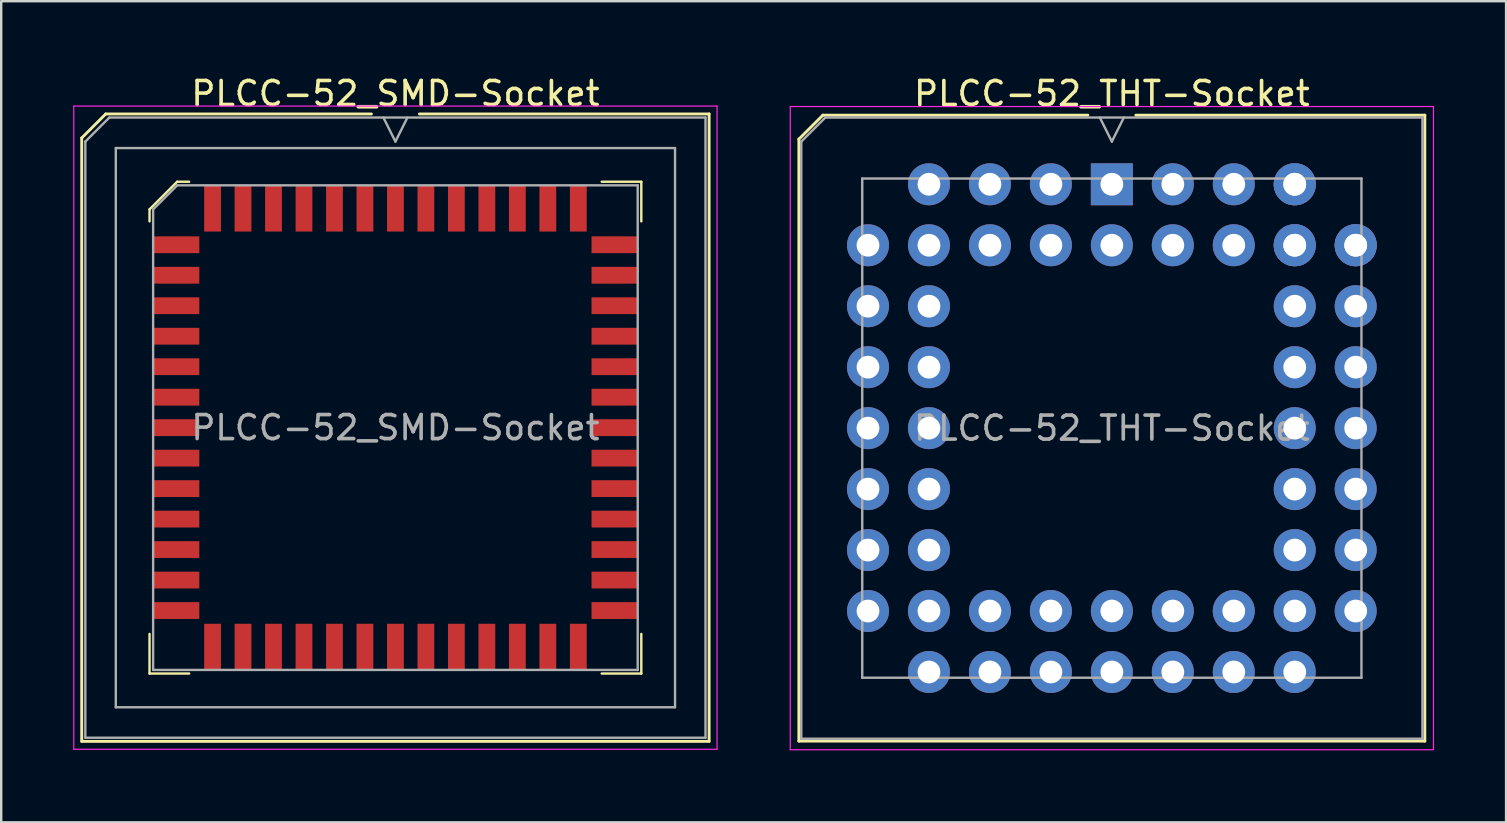
<source format=kicad_pcb>
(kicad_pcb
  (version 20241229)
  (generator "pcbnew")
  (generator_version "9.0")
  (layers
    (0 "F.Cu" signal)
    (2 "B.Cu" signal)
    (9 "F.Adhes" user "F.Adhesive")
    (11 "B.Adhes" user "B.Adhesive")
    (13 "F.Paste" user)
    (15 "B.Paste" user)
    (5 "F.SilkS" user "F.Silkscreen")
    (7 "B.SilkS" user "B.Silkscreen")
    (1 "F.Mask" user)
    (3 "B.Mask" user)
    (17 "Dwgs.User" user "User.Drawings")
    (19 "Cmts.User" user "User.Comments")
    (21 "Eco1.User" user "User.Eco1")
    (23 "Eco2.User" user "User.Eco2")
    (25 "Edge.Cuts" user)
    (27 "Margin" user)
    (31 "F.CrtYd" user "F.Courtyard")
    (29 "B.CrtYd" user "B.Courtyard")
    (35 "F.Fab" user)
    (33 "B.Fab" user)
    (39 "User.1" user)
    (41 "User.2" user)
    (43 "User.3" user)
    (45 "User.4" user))
  (footprint "PLCC-52_THT-Socket"
    (layer "F.Cu")
    (at 43.275 4.628)
    (property "Reference" "PLCC-52_THT-Socket" (at 0 -3.78 0) (layer "F.SilkS") (effects (font (size 1 1) (thickness 0.15))))
    (attr through_hole)
    (fp_line (start -13.04 -1.88) (end -13.04 23.2) (stroke (width 0.12) (type solid)) (layer "F.SilkS"))
    (fp_line (start -13.04 23.2) (end 13.04 23.2) (stroke (width 0.12) (type solid)) (layer "F.SilkS"))
    (fp_line (start -12.04 -2.88) (end -13.04 -1.88) (stroke (width 0.12) (type solid)) (layer "F.SilkS"))
    (fp_line (start -1 -2.88) (end -12.04 -2.88) (stroke (width 0.12) (type solid)) (layer "F.SilkS"))
    (fp_line (start 13.04 -2.88) (end 1 -2.88) (stroke (width 0.12) (type solid)) (layer "F.SilkS"))
    (fp_line (start 13.04 23.2) (end 13.04 -2.88) (stroke (width 0.12) (type solid)) (layer "F.SilkS"))
    (fp_line (start -13.4 -3.24) (end -13.4 23.56) (stroke (width 0.05) (type solid)) (layer "F.CrtYd"))
    (fp_line (start -13.4 23.56) (end 13.4 23.56) (stroke (width 0.05) (type solid)) (layer "F.CrtYd"))
    (fp_line (start 13.4 -3.24) (end -13.4 -3.24) (stroke (width 0.05) (type solid)) (layer "F.CrtYd"))
    (fp_line (start 13.4 23.56) (end 13.4 -3.24) (stroke (width 0.05) (type solid)) (layer "F.CrtYd"))
    (fp_line (start -12.94 -1.78) (end -12.94 23.1) (stroke (width 0.1) (type solid)) (layer "F.Fab"))
    (fp_line (start -12.94 23.1) (end 12.94 23.1) (stroke (width 0.1) (type solid)) (layer "F.Fab"))
    (fp_line (start -11.94 -2.78) (end -12.94 -1.78) (stroke (width 0.1) (type solid)) (layer "F.Fab"))
    (fp_line (start -10.4 -0.24) (end -10.4 20.56) (stroke (width 0.1) (type solid)) (layer "F.Fab"))
    (fp_line (start -10.4 20.56) (end 10.4 20.56) (stroke (width 0.1) (type solid)) (layer "F.Fab"))
    (fp_line (start -0.5 -2.78) (end 0 -1.78) (stroke (width 0.1) (type solid)) (layer "F.Fab"))
    (fp_line (start 0 -1.78) (end 0.5 -2.78) (stroke (width 0.1) (type solid)) (layer "F.Fab"))
    (fp_line (start 10.4 -0.24) (end -10.4 -0.24) (stroke (width 0.1) (type solid)) (layer "F.Fab"))
    (fp_line (start 10.4 20.56) (end 10.4 -0.24) (stroke (width 0.1) (type solid)) (layer "F.Fab"))
    (fp_line (start 12.94 -2.78) (end -11.94 -2.78) (stroke (width 0.1) (type solid)) (layer "F.Fab"))
    (fp_line (start 12.94 23.1) (end 12.94 -2.78) (stroke (width 0.1) (type solid)) (layer "F.Fab"))
    (fp_text user "${REFERENCE}" (at 0 10.16 0) (layer "F.Fab") (effects (font (size 1 1) (thickness 0.15))))
    (pad "1" thru_hole rect (at 0 0) (size 1.75 1.75) (drill 0.95) (layers "*.Cu" "*.Mask"))
    (pad "2" thru_hole circle (at 0 2.54) (size 1.75 1.75) (drill 0.95) (layers "*.Cu" "*.Mask"))
    (pad "3" thru_hole circle (at -2.54 0) (size 1.75 1.75) (drill 0.95) (layers "*.Cu" "*.Mask"))
    (pad "4" thru_hole circle (at -2.54 2.54) (size 1.75 1.75) (drill 0.95) (layers "*.Cu" "*.Mask"))
    (pad "5" thru_hole circle (at -5.08 0) (size 1.75 1.75) (drill 0.95) (layers "*.Cu" "*.Mask"))
    (pad "6" thru_hole circle (at -5.08 2.54) (size 1.75 1.75) (drill 0.95) (layers "*.Cu" "*.Mask"))
    (pad "7" thru_hole circle (at -7.62 0) (size 1.75 1.75) (drill 0.95) (layers "*.Cu" "*.Mask"))
    (pad "8" thru_hole circle (at -10.16 2.54) (size 1.75 1.75) (drill 0.95) (layers "*.Cu" "*.Mask"))
    (pad "9" thru_hole circle (at -7.62 2.54) (size 1.75 1.75) (drill 0.95) (layers "*.Cu" "*.Mask"))
    (pad "10" thru_hole circle (at -10.16 5.08) (size 1.75 1.75) (drill 0.95) (layers "*.Cu" "*.Mask"))
    (pad "11" thru_hole circle (at -7.62 5.08) (size 1.75 1.75) (drill 0.95) (layers "*.Cu" "*.Mask"))
    (pad "12" thru_hole circle (at -10.16 7.62) (size 1.75 1.75) (drill 0.95) (layers "*.Cu" "*.Mask"))
    (pad "13" thru_hole circle (at -7.62 7.62) (size 1.75 1.75) (drill 0.95) (layers "*.Cu" "*.Mask"))
    (pad "14" thru_hole circle (at -10.16 10.16) (size 1.75 1.75) (drill 0.95) (layers "*.Cu" "*.Mask"))
    (pad "15" thru_hole circle (at -7.62 10.16) (size 1.75 1.75) (drill 0.95) (layers "*.Cu" "*.Mask"))
    (pad "16" thru_hole circle (at -10.16 12.7) (size 1.75 1.75) (drill 0.95) (layers "*.Cu" "*.Mask"))
    (pad "17" thru_hole circle (at -7.62 12.7) (size 1.75 1.75) (drill 0.95) (layers "*.Cu" "*.Mask"))
    (pad "18" thru_hole circle (at -10.16 15.24) (size 1.75 1.75) (drill 0.95) (layers "*.Cu" "*.Mask"))
    (pad "19" thru_hole circle (at -7.62 15.24) (size 1.75 1.75) (drill 0.95) (layers "*.Cu" "*.Mask"))
    (pad "20" thru_hole circle (at -10.16 17.78) (size 1.75 1.75) (drill 0.95) (layers "*.Cu" "*.Mask"))
    (pad "21" thru_hole circle (at -7.62 20.32) (size 1.75 1.75) (drill 0.95) (layers "*.Cu" "*.Mask"))
    (pad "22" thru_hole circle (at -7.62 17.78) (size 1.75 1.75) (drill 0.95) (layers "*.Cu" "*.Mask"))
    (pad "23" thru_hole circle (at -5.08 20.32) (size 1.75 1.75) (drill 0.95) (layers "*.Cu" "*.Mask"))
    (pad "24" thru_hole circle (at -5.08 17.78) (size 1.75 1.75) (drill 0.95) (layers "*.Cu" "*.Mask"))
    (pad "25" thru_hole circle (at -2.54 20.32) (size 1.75 1.75) (drill 0.95) (layers "*.Cu" "*.Mask"))
    (pad "26" thru_hole circle (at -2.54 17.78) (size 1.75 1.75) (drill 0.95) (layers "*.Cu" "*.Mask"))
    (pad "27" thru_hole circle (at 0 20.32) (size 1.75 1.75) (drill 0.95) (layers "*.Cu" "*.Mask"))
    (pad "28" thru_hole circle (at 0 17.78) (size 1.75 1.75) (drill 0.95) (layers "*.Cu" "*.Mask"))
    (pad "29" thru_hole circle (at 2.54 20.32) (size 1.75 1.75) (drill 0.95) (layers "*.Cu" "*.Mask"))
    (pad "30" thru_hole circle (at 2.54 17.78) (size 1.75 1.75) (drill 0.95) (layers "*.Cu" "*.Mask"))
    (pad "31" thru_hole circle (at 5.08 20.32) (size 1.75 1.75) (drill 0.95) (layers "*.Cu" "*.Mask"))
    (pad "32" thru_hole circle (at 5.08 17.78) (size 1.75 1.75) (drill 0.95) (layers "*.Cu" "*.Mask"))
    (pad "33" thru_hole circle (at 7.62 20.32) (size 1.75 1.75) (drill 0.95) (layers "*.Cu" "*.Mask"))
    (pad "34" thru_hole circle (at 7.62 17.78) (size 1.75 1.75) (drill 0.95) (layers "*.Cu" "*.Mask"))
    (pad "34" thru_hole circle (at 10.16 17.78) (size 1.75 1.75) (drill 0.95) (layers "*.Cu" "*.Mask"))
    (pad "35" thru_hole circle (at 7.62 15.24) (size 1.75 1.75) (drill 0.95) (layers "*.Cu" "*.Mask"))
    (pad "36" thru_hole circle (at 10.16 15.24) (size 1.75 1.75) (drill 0.95) (layers "*.Cu" "*.Mask"))
    (pad "37" thru_hole circle (at 7.62 12.7) (size 1.75 1.75) (drill 0.95) (layers "*.Cu" "*.Mask"))
    (pad "38" thru_hole circle (at 10.16 12.7) (size 1.75 1.75) (drill 0.95) (layers "*.Cu" "*.Mask"))
    (pad "39" thru_hole circle (at 7.62 10.16) (size 1.75 1.75) (drill 0.95) (layers "*.Cu" "*.Mask"))
    (pad "40" thru_hole circle (at 10.16 10.16) (size 1.75 1.75) (drill 0.95) (layers "*.Cu" "*.Mask"))
    (pad "41" thru_hole circle (at 7.62 7.62) (size 1.75 1.75) (drill 0.95) (layers "*.Cu" "*.Mask"))
    (pad "42" thru_hole circle (at 10.16 7.62) (size 1.75 1.75) (drill 0.95) (layers "*.Cu" "*.Mask"))
    (pad "43" thru_hole circle (at 7.62 5.08) (size 1.75 1.75) (drill 0.95) (layers "*.Cu" "*.Mask"))
    (pad "44" thru_hole circle (at 10.16 5.08) (size 1.75 1.75) (drill 0.95) (layers "*.Cu" "*.Mask"))
    (pad "45" thru_hole circle (at 7.62 2.54) (size 1.75 1.75) (drill 0.95) (layers "*.Cu" "*.Mask"))
    (pad "46" thru_hole circle (at 10.16 2.54) (size 1.75 1.75) (drill 0.95) (layers "*.Cu" "*.Mask"))
    (pad "46" thru_hole circle (at 10.16 2.54) (size 1.75 1.75) (drill 0.95) (layers "*.Cu" "*.Mask"))
    (pad "47" thru_hole circle (at 7.62 0) (size 1.75 1.75) (drill 0.95) (layers "*.Cu" "*.Mask"))
    (pad "47" thru_hole circle (at 7.62 0) (size 1.75 1.75) (drill 0.95) (layers "*.Cu" "*.Mask"))
    (pad "48" thru_hole circle (at 7.62 2.54) (size 1.75 1.75) (drill 0.95) (layers "*.Cu" "*.Mask"))
    (pad "49" thru_hole circle (at 5.08 0) (size 1.75 1.75) (drill 0.95) (layers "*.Cu" "*.Mask"))
    (pad "50" thru_hole circle (at 5.08 2.54) (size 1.75 1.75) (drill 0.95) (layers "*.Cu" "*.Mask"))
    (pad "51" thru_hole circle (at 2.54 0) (size 1.75 1.75) (drill 0.95) (layers "*.Cu" "*.Mask"))
    (pad "52" thru_hole circle (at 2.54 2.54) (size 1.75 1.75) (drill 0.95) (layers "*.Cu" "*.Mask")))
  (footprint "PLCC-52_SMD-Socket"
    (layer "F.Cu")
    (at 13.425 14.768)
    (property "Reference" "PLCC-52_SMD-Socket" (at 0 -13.92 0) (layer "F.SilkS") (effects (font (size 1 1) (thickness 0.15))))
    (attr smd)
    (fp_line (start -13.07 -12.07) (end -13.07 13.07) (stroke (width 0.12) (type solid)) (layer "F.SilkS"))
    (fp_line (start -13.07 13.07) (end 13.07 13.07) (stroke (width 0.12) (type solid)) (layer "F.SilkS"))
    (fp_line (start -12.07 -13.07) (end -13.07 -12.07) (stroke (width 0.12) (type solid)) (layer "F.SilkS"))
    (fp_line (start -10.245 -9.095) (end -10.245 -8.595) (stroke (width 0.1) (type solid)) (layer "F.SilkS"))
    (fp_line (start -10.245 10.245) (end -10.245 8.595) (stroke (width 0.1) (type solid)) (layer "F.SilkS"))
    (fp_line (start -9.095 -10.245) (end -10.245 -9.095) (stroke (width 0.1) (type solid)) (layer "F.SilkS"))
    (fp_line (start -8.595 -10.245) (end -9.095 -10.245) (stroke (width 0.1) (type solid)) (layer "F.SilkS"))
    (fp_line (start -8.595 10.245) (end -10.245 10.245) (stroke (width 0.1) (type solid)) (layer "F.SilkS"))
    (fp_line (start -1 -13.07) (end -12.07 -13.07) (stroke (width 0.12) (type solid)) (layer "F.SilkS"))
    (fp_line (start 8.595 -10.245) (end 10.245 -10.245) (stroke (width 0.1) (type solid)) (layer "F.SilkS"))
    (fp_line (start 8.595 10.245) (end 10.245 10.245) (stroke (width 0.1) (type solid)) (layer "F.SilkS"))
    (fp_line (start 10.245 -10.245) (end 10.245 -8.595) (stroke (width 0.1) (type solid)) (layer "F.SilkS"))
    (fp_line (start 10.245 10.245) (end 10.245 8.595) (stroke (width 0.1) (type solid)) (layer "F.SilkS"))
    (fp_line (start 13.07 -13.07) (end 1 -13.07) (stroke (width 0.12) (type solid)) (layer "F.SilkS"))
    (fp_line (start 13.07 13.07) (end 13.07 -13.07) (stroke (width 0.12) (type solid)) (layer "F.SilkS"))
    (fp_line (start -13.4 -13.4) (end -13.4 13.4) (stroke (width 0.05) (type solid)) (layer "F.CrtYd"))
    (fp_line (start -13.4 13.4) (end 13.4 13.4) (stroke (width 0.05) (type solid)) (layer "F.CrtYd"))
    (fp_line (start 13.4 -13.4) (end -13.4 -13.4) (stroke (width 0.05) (type solid)) (layer "F.CrtYd"))
    (fp_line (start 13.4 13.4) (end 13.4 -13.4) (stroke (width 0.05) (type solid)) (layer "F.CrtYd"))
    (fp_line (start -12.92 -11.92) (end -12.92 12.92) (stroke (width 0.1) (type solid)) (layer "F.Fab"))
    (fp_line (start -12.92 12.92) (end 12.92 12.92) (stroke (width 0.1) (type solid)) (layer "F.Fab"))
    (fp_line (start -11.92 -12.92) (end -12.92 -11.92) (stroke (width 0.1) (type solid)) (layer "F.Fab"))
    (fp_line (start -11.65 -11.65) (end -11.65 11.65) (stroke (width 0.1) (type solid)) (layer "F.Fab"))
    (fp_line (start -11.65 11.65) (end 11.65 11.65) (stroke (width 0.1) (type solid)) (layer "F.Fab"))
    (fp_line (start -10.095 -9.095) (end -10.095 10.095) (stroke (width 0.1) (type solid)) (layer "F.Fab"))
    (fp_line (start -10.095 10.095) (end 10.095 10.095) (stroke (width 0.1) (type solid)) (layer "F.Fab"))
    (fp_line (start -9.095 -10.095) (end -10.095 -9.095) (stroke (width 0.1) (type solid)) (layer "F.Fab"))
    (fp_line (start -0.5 -12.92) (end 0 -11.92) (stroke (width 0.1) (type solid)) (layer "F.Fab"))
    (fp_line (start 0 -11.92) (end 0.5 -12.92) (stroke (width 0.1) (type solid)) (layer "F.Fab"))
    (fp_line (start 10.095 -10.095) (end -9.095 -10.095) (stroke (width 0.1) (type solid)) (layer "F.Fab"))
    (fp_line (start 10.095 10.095) (end 10.095 -10.095) (stroke (width 0.1) (type solid)) (layer "F.Fab"))
    (fp_line (start 11.65 -11.65) (end -11.65 -11.65) (stroke (width 0.1) (type solid)) (layer "F.Fab"))
    (fp_line (start 11.65 11.65) (end 11.65 -11.65) (stroke (width 0.1) (type solid)) (layer "F.Fab"))
    (fp_line (start 12.92 -12.92) (end -11.92 -12.92) (stroke (width 0.1) (type solid)) (layer "F.Fab"))
    (fp_line (start 12.92 12.92) (end 12.92 -12.92) (stroke (width 0.1) (type solid)) (layer "F.Fab"))
    (fp_text user "${REFERENCE}" (at 0 0 0) (layer "F.Fab") (effects (font (size 1 1) (thickness 0.15))))
    (pad "1" smd rect (at 0 -9.133) (size 0.7 1.925) (layers "F.Cu" "F.Mask" "F.Paste"))
    (pad "2" smd rect (at -1.27 -9.133) (size 0.7 1.925) (layers "F.Cu" "F.Mask" "F.Paste"))
    (pad "3" smd rect (at -2.54 -9.133) (size 0.7 1.925) (layers "F.Cu" "F.Mask" "F.Paste"))
    (pad "4" smd rect (at -3.81 -9.133) (size 0.7 1.925) (layers "F.Cu" "F.Mask" "F.Paste"))
    (pad "5" smd rect (at -5.08 -9.133) (size 0.7 1.925) (layers "F.Cu" "F.Mask" "F.Paste"))
    (pad "6" smd rect (at -6.35 -9.133) (size 0.7 1.925) (layers "F.Cu" "F.Mask" "F.Paste"))
    (pad "7" smd rect (at -7.62 -9.133) (size 0.7 1.925) (layers "F.Cu" "F.Mask" "F.Paste"))
    (pad "8" smd rect (at -9.133 -7.62) (size 1.925 0.7) (layers "F.Cu" "F.Mask" "F.Paste"))
    (pad "9" smd rect (at -9.133 -6.35) (size 1.925 0.7) (layers "F.Cu" "F.Mask" "F.Paste"))
    (pad "10" smd rect (at -9.133 -5.08) (size 1.925 0.7) (layers "F.Cu" "F.Mask" "F.Paste"))
    (pad "11" smd rect (at -9.133 -3.81) (size 1.925 0.7) (layers "F.Cu" "F.Mask" "F.Paste"))
    (pad "12" smd rect (at -9.133 -2.54) (size 1.925 0.7) (layers "F.Cu" "F.Mask" "F.Paste"))
    (pad "13" smd rect (at -9.133 -1.27) (size 1.925 0.7) (layers "F.Cu" "F.Mask" "F.Paste"))
    (pad "14" smd rect (at -9.133 0) (size 1.925 0.7) (layers "F.Cu" "F.Mask" "F.Paste"))
    (pad "15" smd rect (at -9.133 1.27) (size 1.925 0.7) (layers "F.Cu" "F.Mask" "F.Paste"))
    (pad "16" smd rect (at -9.133 2.54) (size 1.925 0.7) (layers "F.Cu" "F.Mask" "F.Paste"))
    (pad "17" smd rect (at -9.133 3.81) (size 1.925 0.7) (layers "F.Cu" "F.Mask" "F.Paste"))
    (pad "18" smd rect (at -9.133 5.08) (size 1.925 0.7) (layers "F.Cu" "F.Mask" "F.Paste"))
    (pad "19" smd rect (at -9.133 6.35) (size 1.925 0.7) (layers "F.Cu" "F.Mask" "F.Paste"))
    (pad "20" smd rect (at -9.133 7.62) (size 1.925 0.7) (layers "F.Cu" "F.Mask" "F.Paste"))
    (pad "21" smd rect (at -7.62 9.133) (size 0.7 1.925) (layers "F.Cu" "F.Mask" "F.Paste"))
    (pad "22" smd rect (at -6.35 9.133) (size 0.7 1.925) (layers "F.Cu" "F.Mask" "F.Paste"))
    (pad "23" smd rect (at -5.08 9.133) (size 0.7 1.925) (layers "F.Cu" "F.Mask" "F.Paste"))
    (pad "24" smd rect (at -3.81 9.133) (size 0.7 1.925) (layers "F.Cu" "F.Mask" "F.Paste"))
    (pad "25" smd rect (at -2.54 9.133) (size 0.7 1.925) (layers "F.Cu" "F.Mask" "F.Paste"))
    (pad "26" smd rect (at -1.27 9.133) (size 0.7 1.925) (layers "F.Cu" "F.Mask" "F.Paste"))
    (pad "27" smd rect (at 0 9.133) (size 0.7 1.925) (layers "F.Cu" "F.Mask" "F.Paste"))
    (pad "28" smd rect (at 1.27 9.133) (size 0.7 1.925) (layers "F.Cu" "F.Mask" "F.Paste"))
    (pad "29" smd rect (at 2.54 9.133) (size 0.7 1.925) (layers "F.Cu" "F.Mask" "F.Paste"))
    (pad "30" smd rect (at 3.81 9.133) (size 0.7 1.925) (layers "F.Cu" "F.Mask" "F.Paste"))
    (pad "31" smd rect (at 5.08 9.133) (size 0.7 1.925) (layers "F.Cu" "F.Mask" "F.Paste"))
    (pad "32" smd rect (at 6.35 9.133) (size 0.7 1.925) (layers "F.Cu" "F.Mask" "F.Paste"))
    (pad "33" smd rect (at 7.62 9.133) (size 0.7 1.925) (layers "F.Cu" "F.Mask" "F.Paste"))
    (pad "34" smd rect (at 9.133 7.62) (size 1.925 0.7) (layers "F.Cu" "F.Mask" "F.Paste"))
    (pad "35" smd rect (at 9.133 6.35) (size 1.925 0.7) (layers "F.Cu" "F.Mask" "F.Paste"))
    (pad "36" smd rect (at 9.133 5.08) (size 1.925 0.7) (layers "F.Cu" "F.Mask" "F.Paste"))
    (pad "37" smd rect (at 9.133 3.81) (size 1.925 0.7) (layers "F.Cu" "F.Mask" "F.Paste"))
    (pad "38" smd rect (at 9.133 2.54) (size 1.925 0.7) (layers "F.Cu" "F.Mask" "F.Paste"))
    (pad "39" smd rect (at 9.133 1.27) (size 1.925 0.7) (layers "F.Cu" "F.Mask" "F.Paste"))
    (pad "40" smd rect (at 9.133 0) (size 1.925 0.7) (layers "F.Cu" "F.Mask" "F.Paste"))
    (pad "41" smd rect (at 9.133 -1.27) (size 1.925 0.7) (layers "F.Cu" "F.Mask" "F.Paste"))
    (pad "42" smd rect (at 9.133 -2.54) (size 1.925 0.7) (layers "F.Cu" "F.Mask" "F.Paste"))
    (pad "43" smd rect (at 9.133 -3.81) (size 1.925 0.7) (layers "F.Cu" "F.Mask" "F.Paste"))
    (pad "44" smd rect (at 9.133 -5.08) (size 1.925 0.7) (layers "F.Cu" "F.Mask" "F.Paste"))
    (pad "45" smd rect (at 9.133 -6.35) (size 1.925 0.7) (layers "F.Cu" "F.Mask" "F.Paste"))
    (pad "46" smd rect (at 9.133 -7.62) (size 1.925 0.7) (layers "F.Cu" "F.Mask" "F.Paste"))
    (pad "47" smd rect (at 7.62 -9.133) (size 0.7 1.925) (layers "F.Cu" "F.Mask" "F.Paste"))
    (pad "48" smd rect (at 6.35 -9.133) (size 0.7 1.925) (layers "F.Cu" "F.Mask" "F.Paste"))
    (pad "49" smd rect (at 5.08 -9.133) (size 0.7 1.925) (layers "F.Cu" "F.Mask" "F.Paste"))
    (pad "50" smd rect (at 3.81 -9.133) (size 0.7 1.925) (layers "F.Cu" "F.Mask" "F.Paste"))
    (pad "51" smd rect (at 2.54 -9.133) (size 0.7 1.925) (layers "F.Cu" "F.Mask" "F.Paste"))
    (pad "52" smd rect (at 1.27 -9.133) (size 0.7 1.925) (layers "F.Cu" "F.Mask" "F.Paste")))
  (gr_rect
    (start -3 -3)
    (end 59.7 31.213)
    (stroke (width 0.1) (type default))
    (fill no)
    (layer "Edge.Cuts")))
</source>
